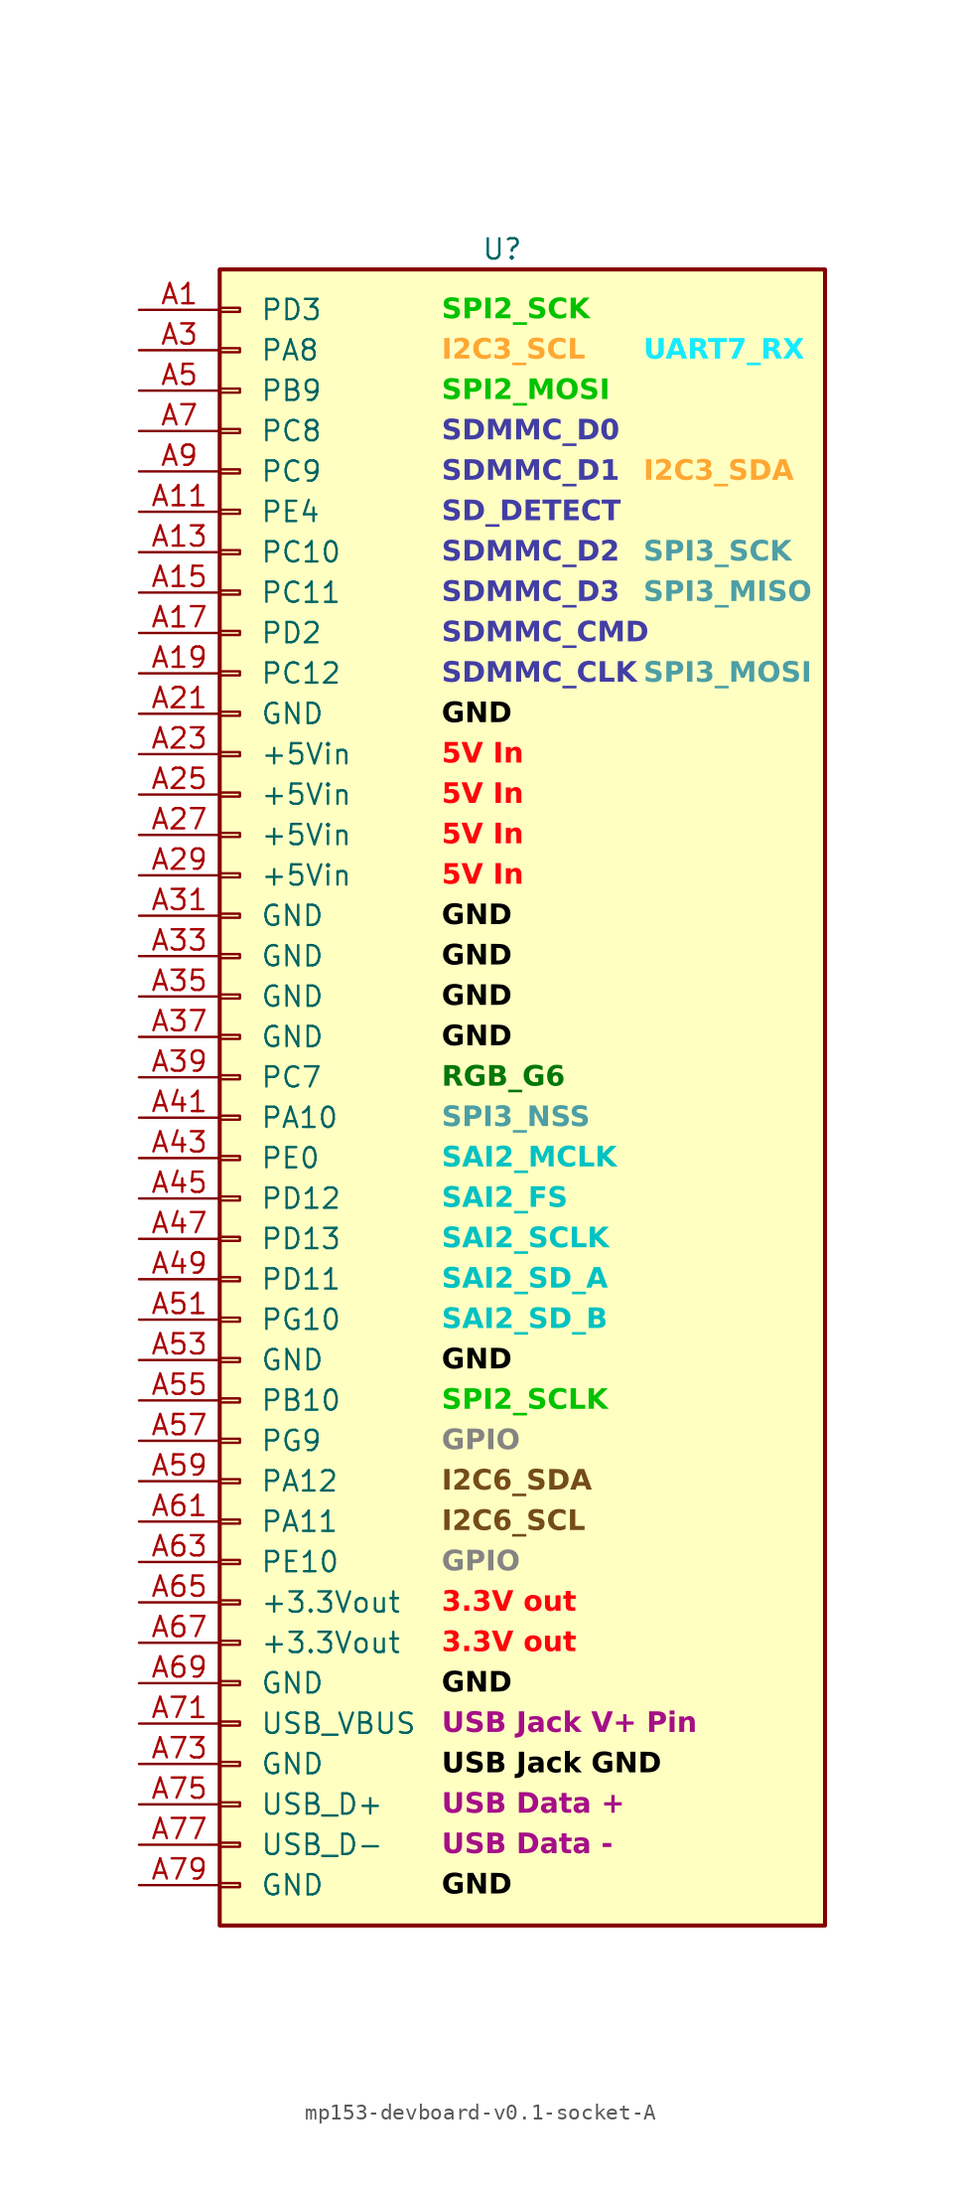
<source format=kicad_sym>
(kicad_symbol_lib
  (version 20241209)
  (generator "kicad_symbol_editor")
  (generator_version "9.0")
  (symbol "mp153-devboard-v0.1-socket-A"
    (pin_names
      (offset 2.54))
    (property "Reference" "U"
      (at -1.27 53.34 0)
      (effects (font (size 1.27 1.27))))
    (property "Value" ""
      (at 0 0 0)
      (effects (font (size 1.27 1.27))))
    (symbol "mp153-devboard-v0.1-socket-A_1_1"
      (rectangle (start -19.05 52.07) (end 19.05 -52.07) (stroke (width 0.254) (type default)) (fill (type background)))
      (rectangle (start -19.05 49.657) (end -17.78 49.403) (stroke (width 0.152) (type default)) (fill (type none)))
      (rectangle (start -19.05 47.117) (end -17.78 46.863) (stroke (width 0.152) (type default)) (fill (type none)))
      (rectangle (start -19.05 44.577) (end -17.78 44.323) (stroke (width 0.152) (type default)) (fill (type none)))
      (rectangle (start -19.05 42.037) (end -17.78 41.783) (stroke (width 0.152) (type default)) (fill (type none)))
      (rectangle (start -19.05 39.497) (end -17.78 39.243) (stroke (width 0.152) (type default)) (fill (type none)))
      (rectangle (start -19.05 36.957) (end -17.78 36.703) (stroke (width 0.152) (type default)) (fill (type none)))
      (rectangle (start -19.05 34.417) (end -17.78 34.163) (stroke (width 0.152) (type default)) (fill (type none)))
      (rectangle (start -19.05 31.877) (end -17.78 31.623) (stroke (width 0.152) (type default)) (fill (type none)))
      (rectangle (start -19.05 29.337) (end -17.78 29.083) (stroke (width 0.152) (type default)) (fill (type none)))
      (rectangle (start -19.05 26.797) (end -17.78 26.543) (stroke (width 0.152) (type default)) (fill (type none)))
      (rectangle (start -19.05 24.257) (end -17.78 24.003) (stroke (width 0.152) (type default)) (fill (type none)))
      (rectangle (start -19.05 21.717) (end -17.78 21.463) (stroke (width 0.152) (type default)) (fill (type none)))
      (rectangle (start -19.05 19.177) (end -17.78 18.923) (stroke (width 0.152) (type default)) (fill (type none)))
      (rectangle (start -19.05 16.637) (end -17.78 16.383) (stroke (width 0.152) (type default)) (fill (type none)))
      (rectangle (start -19.05 14.097) (end -17.78 13.843) (stroke (width 0.152) (type default)) (fill (type none)))
      (rectangle (start -19.05 11.557) (end -17.78 11.303) (stroke (width 0.152) (type default)) (fill (type none)))
      (rectangle (start -19.05 9.017) (end -17.78 8.763) (stroke (width 0.152) (type default)) (fill (type none)))
      (rectangle (start -19.05 6.477) (end -17.78 6.223) (stroke (width 0.152) (type default)) (fill (type none)))
      (rectangle (start -19.05 3.937) (end -17.78 3.683) (stroke (width 0.152) (type default)) (fill (type none)))
      (rectangle (start -19.05 1.397) (end -17.78 1.143) (stroke (width 0.152) (type default)) (fill (type none)))
      (rectangle (start -19.05 -1.143) (end -17.78 -1.397) (stroke (width 0.152) (type default)) (fill (type none)))
      (rectangle (start -19.05 -3.683) (end -17.78 -3.937) (stroke (width 0.152) (type default)) (fill (type none)))
      (rectangle (start -19.05 -6.223) (end -17.78 -6.477) (stroke (width 0.152) (type default)) (fill (type none)))
      (rectangle (start -19.05 -8.763) (end -17.78 -9.017) (stroke (width 0.152) (type default)) (fill (type none)))
      (rectangle (start -19.05 -11.303) (end -17.78 -11.557) (stroke (width 0.152) (type default)) (fill (type none)))
      (rectangle (start -19.05 -13.843) (end -17.78 -14.097) (stroke (width 0.152) (type default)) (fill (type none)))
      (rectangle (start -19.05 -16.383) (end -17.78 -16.637) (stroke (width 0.152) (type default)) (fill (type none)))
      (rectangle (start -19.05 -18.923) (end -17.78 -19.177) (stroke (width 0.152) (type default)) (fill (type none)))
      (rectangle (start -19.05 -21.463) (end -17.78 -21.717) (stroke (width 0.152) (type default)) (fill (type none)))
      (rectangle (start -19.05 -24.003) (end -17.78 -24.257) (stroke (width 0.152) (type default)) (fill (type none)))
      (rectangle (start -19.05 -26.543) (end -17.78 -26.797) (stroke (width 0.152) (type default)) (fill (type none)))
      (rectangle (start -19.05 -29.083) (end -17.78 -29.337) (stroke (width 0.152) (type default)) (fill (type none)))
      (rectangle (start -19.05 -31.623) (end -17.78 -31.877) (stroke (width 0.152) (type default)) (fill (type none)))
      (rectangle (start -19.05 -34.163) (end -17.78 -34.417) (stroke (width 0.152) (type default)) (fill (type none)))
      (rectangle (start -19.05 -36.703) (end -17.78 -36.957) (stroke (width 0.152) (type default)) (fill (type none)))
      (rectangle (start -19.05 -39.243) (end -17.78 -39.497) (stroke (width 0.152) (type default)) (fill (type none)))
      (rectangle (start -19.05 -41.783) (end -17.78 -42.037) (stroke (width 0.152) (type default)) (fill (type none)))
      (rectangle (start -19.05 -44.323) (end -17.78 -44.577) (stroke (width 0.152) (type default)) (fill (type none)))
      (rectangle (start -19.05 -46.863) (end -17.78 -47.117) (stroke (width 0.152) (type default)) (fill (type none)))
      (rectangle (start -19.05 -49.403) (end -17.78 -49.657) (stroke (width 0.152) (type default)) (fill (type none)))
      (text "SPI2_SCK" (at -5.08 49.53 0) (effects (font (face "Arial") (size 1.27 1.27) (bold yes) (color 0 194 0 1)) (justify left)))
      (text "I2C3_SCL" (at -5.08 46.99 0) (effects (font (face "Arial") (size 1.27 1.27) (bold yes) (color 255 167 50 1)) (justify left)))
      (text "SPI2_MOSI" (at -5.08 44.45 0) (effects (font (face "Arial") (size 1.27 1.27) (bold yes) (color 0 194 0 1)) (justify left)))
      (text "SDMMC_D0" (at -5.08 41.91 0) (effects (font (face "Arial") (size 1.27 1.27) (bold yes) (color 66 62 165 1)) (justify left)))
      (text "SDMMC_D1" (at -5.08 39.37 0) (effects (font (face "Arial") (size 1.27 1.27) (bold yes) (color 66 62 165 1)) (justify left)))
      (text "SD_DETECT" (at -5.08 36.83 0) (effects (font (face "Arial") (size 1.27 1.27) (bold yes) (color 66 62 165 1)) (justify left)))
      (text "SDMMC_D2" (at -5.08 34.29 0) (effects (font (face "Arial") (size 1.27 1.27) (bold yes) (color 66 62 165 1)) (justify left)))
      (text "SDMMC_D3" (at -5.08 31.75 0) (effects (font (face "Arial") (size 1.27 1.27) (bold yes) (color 66 62 165 1)) (justify left)))
      (text "SDMMC_CMD" (at -5.08 29.21 0) (effects (font (face "Arial") (size 1.27 1.27) (bold yes) (color 66 62 165 1)) (justify left)))
      (text "SDMMC_CLK" (at -5.08 26.67 0) (effects (font (face "Arial") (size 1.27 1.27) (bold yes) (color 66 62 165 1)) (justify left)))
      (text "GND" (at -5.08 24.13 0) (effects (font (face "Arial") (size 1.27 1.27) (bold yes) (color 0 0 0 1)) (justify left)))
      (text "5V In" (at -5.08 21.59 0) (effects (font (face "Arial") (size 1.27 1.27) (bold yes) (color 255 4 11 1)) (justify left)))
      (text "5V In" (at -5.08 19.05 0) (effects (font (face "Arial") (size 1.27 1.27) (bold yes) (color 255 4 11 1)) (justify left)))
      (text "5V In" (at -5.08 16.51 0) (effects (font (face "Arial") (size 1.27 1.27) (bold yes) (color 255 4 11 1)) (justify left)))
      (text "5V In" (at -5.08 13.97 0) (effects (font (face "Arial") (size 1.27 1.27) (bold yes) (color 255 4 11 1)) (justify left)))
      (text "GND" (at -5.08 11.43 0) (effects (font (face "Arial") (size 1.27 1.27) (bold yes) (color 0 0 0 1)) (justify left)))
      (text "GND" (at -5.08 8.89 0) (effects (font (face "Arial") (size 1.27 1.27) (bold yes) (color 0 0 0 1)) (justify left)))
      (text "GND" (at -5.08 6.35 0) (effects (font (face "Arial") (size 1.27 1.27) (bold yes) (color 0 0 0 1)) (justify left)))
      (text "GND" (at -5.08 3.81 0) (effects (font (face "Arial") (size 1.27 1.27) (bold yes) (color 0 0 0 1)) (justify left)))
      (text "RGB_G6" (at -5.08 1.27 0) (effects (font (face "Arial") (size 1.27 1.27) (bold yes) (color 4 119 9 1)) (justify left)))
      (text "SPI3_NSS" (at -5.08 -1.27 0) (effects (font (face "Arial") (size 1.27 1.27) (bold yes) (color 77 158 165 1)) (justify left)))
      (text "SAI2_MCLK" (at -5.08 -3.81 0) (effects (font (face "Arial") (size 1.27 1.27) (bold yes) (color 0 194 194 1)) (justify left)))
      (text "SAI2_FS" (at -5.08 -6.35 0) (effects (font (face "Arial") (size 1.27 1.27) (bold yes) (color 0 194 194 1)) (justify left)))
      (text "SAI2_SCLK" (at -5.08 -8.89 0) (effects (font (face "Arial") (size 1.27 1.27) (bold yes) (color 0 194 194 1)) (justify left)))
      (text "SAI2_SD_A" (at -5.08 -11.43 0) (effects (font (face "Arial") (size 1.27 1.27) (bold yes) (color 0 194 194 1)) (justify left)))
      (text "SAI2_SD_B" (at -5.08 -13.97 0) (effects (font (face "Arial") (size 1.27 1.27) (bold yes) (color 0 194 194 1)) (justify left)))
      (text "GND" (at -5.08 -16.51 0) (effects (font (face "Arial") (size 1.27 1.27) (bold yes) (color 0 0 0 1)) (justify left)))
      (text "SPI2_SCLK" (at -5.08 -19.05 0) (effects (font (face "Arial") (size 1.27 1.27) (bold yes) (color 0 194 0 1)) (justify left)))
      (text "GPIO" (at -5.08 -21.59 0) (effects (font (face "Arial") (size 1.27 1.27) (bold yes) (color 132 132 132 1)) (justify left)))
      (text "I2C6_SDA" (at -5.08 -24.13 0) (effects (font (face "Arial") (size 1.27 1.27) (bold yes) (color 116 76 23 1)) (justify left)))
      (text "I2C6_SCL" (at -5.08 -26.67 0) (effects (font (face "Arial") (size 1.27 1.27) (bold yes) (color 116 76 23 1)) (justify left)))
      (text "GPIO" (at -5.08 -29.21 0) (effects (font (face "Arial") (size 1.27 1.27) (bold yes) (color 132 132 132 1)) (justify left)))
      (text "3.3V out" (at -5.08 -31.75 0) (effects (font (face "Arial") (size 1.27 1.27) (bold yes) (color 255 4 11 1)) (justify left)))
      (text "3.3V out" (at -5.08 -34.29 0) (effects (font (face "Arial") (size 1.27 1.27) (bold yes) (color 255 4 11 1)) (justify left)))
      (text "GND" (at -5.08 -36.83 0) (effects (font (face "Arial") (size 1.27 1.27) (bold yes) (color 0 0 0 1)) (justify left)))
      (text "USB Jack V+ Pin" (at -5.08 -39.37 0) (effects (font (face "Arial") (size 1.27 1.27) (bold yes) (color 165 15 135 1)) (justify left)))
      (text "USB Jack GND" (at -5.08 -41.91 0) (effects (font (face "Arial") (size 1.27 1.27) (bold yes) (color 0 0 0 1)) (justify left)))
      (text "USB Data +" (at -5.08 -44.45 0) (effects (font (face "Arial") (size 1.27 1.27) (bold yes) (color 165 15 135 1)) (justify left)))
      (text "USB Data -" (at -5.08 -46.99 0) (effects (font (face "Arial") (size 1.27 1.27) (bold yes) (color 165 15 135 1)) (justify left)))
      (text "GND" (at -5.08 -49.53 0) (effects (font (face "Arial") (size 1.27 1.27) (bold yes) (color 0 0 0 1)) (justify left)))
      (text "UART7_RX" (at 7.62 46.99 0) (effects (font (face "Arial") (size 1.27 1.27) (bold yes) (color 23 234 255 1)) (justify left)))
      (text "I2C3_SDA" (at 7.62 39.37 0) (effects (font (face "Arial") (size 1.27 1.27) (bold yes) (color 255 167 50 1)) (justify left)))
      (text "SPI3_SCK" (at 7.62 34.29 0) (effects (font (face "Arial") (size 1.27 1.27) (bold yes) (color 77 158 165 1)) (justify left)))
      (text "SPI3_MISO" (at 7.62 31.75 0) (effects (font (face "Arial") (size 1.27 1.27) (bold yes) (color 77 158 165 1)) (justify left)))
      (text "SPI3_MOSI" (at 7.62 26.67 0) (effects (font (face "Arial") (size 1.27 1.27) (bold yes) (color 77 158 165 1)) (justify left)))
      (pin passive line (at -24.13 49.53 0) (length 5.08) (name "PD3" (effects (font (size 1.27 1.27)))) (number "A1" (effects (font (size 1.27 1.27)))))
      (pin passive line (at -24.13 46.99 0) (length 5.08) (name "PA8" (effects (font (size 1.27 1.27)))) (number "A3" (effects (font (size 1.27 1.27)))))
      (pin passive line (at -24.13 44.45 0) (length 5.08) (name "PB9" (effects (font (size 1.27 1.27)))) (number "A5" (effects (font (size 1.27 1.27)))))
      (pin passive line (at -24.13 41.91 0) (length 5.08) (name "PC8" (effects (font (size 1.27 1.27)))) (number "A7" (effects (font (size 1.27 1.27)))))
      (pin passive line (at -24.13 39.37 0) (length 5.08) (name "PC9" (effects (font (size 1.27 1.27)))) (number "A9" (effects (font (size 1.27 1.27)))))
      (pin passive line (at -24.13 36.83 0) (length 5.08) (name "PE4" (effects (font (size 1.27 1.27)))) (number "A11" (effects (font (size 1.27 1.27)))))
      (pin passive line (at -24.13 34.29 0) (length 5.08) (name "PC10" (effects (font (size 1.27 1.27)))) (number "A13" (effects (font (size 1.27 1.27)))))
      (pin passive line (at -24.13 31.75 0) (length 5.08) (name "PC11" (effects (font (size 1.27 1.27)))) (number "A15" (effects (font (size 1.27 1.27)))))
      (pin passive line (at -24.13 29.21 0) (length 5.08) (name "PD2" (effects (font (size 1.27 1.27)))) (number "A17" (effects (font (size 1.27 1.27)))))
      (pin passive line (at -24.13 26.67 0) (length 5.08) (name "PC12" (effects (font (size 1.27 1.27)))) (number "A19" (effects (font (size 1.27 1.27)))))
      (pin passive line (at -24.13 24.13 0) (length 5.08) (name "GND" (effects (font (size 1.27 1.27)))) (number "A21" (effects (font (size 1.27 1.27)))))
      (pin passive line (at -24.13 21.59 0) (length 5.08) (name "+5Vin" (effects (font (size 1.27 1.27)))) (number "A23" (effects (font (size 1.27 1.27)))))
      (pin passive line (at -24.13 19.05 0) (length 5.08) (name "+5Vin" (effects (font (size 1.27 1.27)))) (number "A25" (effects (font (size 1.27 1.27)))))
      (pin passive line (at -24.13 16.51 0) (length 5.08) (name "+5Vin" (effects (font (size 1.27 1.27)))) (number "A27" (effects (font (size 1.27 1.27)))))
      (pin passive line (at -24.13 13.97 0) (length 5.08) (name "+5Vin" (effects (font (size 1.27 1.27)))) (number "A29" (effects (font (size 1.27 1.27)))))
      (pin passive line (at -24.13 11.43 0) (length 5.08) (name "GND" (effects (font (size 1.27 1.27)))) (number "A31" (effects (font (size 1.27 1.27)))))
      (pin passive line (at -24.13 8.89 0) (length 5.08) (name "GND" (effects (font (size 1.27 1.27)))) (number "A33" (effects (font (size 1.27 1.27)))))
      (pin passive line (at -24.13 6.35 0) (length 5.08) (name "GND" (effects (font (size 1.27 1.27)))) (number "A35" (effects (font (size 1.27 1.27)))))
      (pin passive line (at -24.13 3.81 0) (length 5.08) (name "GND" (effects (font (size 1.27 1.27)))) (number "A37" (effects (font (size 1.27 1.27)))))
      (pin passive line (at -24.13 1.27 0) (length 5.08) (name "PC7" (effects (font (size 1.27 1.27)))) (number "A39" (effects (font (size 1.27 1.27)))))
      (pin passive line (at -24.13 -1.27 0) (length 5.08) (name "PA10" (effects (font (size 1.27 1.27)))) (number "A41" (effects (font (size 1.27 1.27)))))
      (pin passive line (at -24.13 -3.81 0) (length 5.08) (name "PE0" (effects (font (size 1.27 1.27)))) (number "A43" (effects (font (size 1.27 1.27)))))
      (pin passive line (at -24.13 -6.35 0) (length 5.08) (name "PD12" (effects (font (size 1.27 1.27)))) (number "A45" (effects (font (size 1.27 1.27)))))
      (pin passive line (at -24.13 -8.89 0) (length 5.08) (name "PD13" (effects (font (size 1.27 1.27)))) (number "A47" (effects (font (size 1.27 1.27)))))
      (pin passive line (at -24.13 -11.43 0) (length 5.08) (name "PD11" (effects (font (size 1.27 1.27)))) (number "A49" (effects (font (size 1.27 1.27)))))
      (pin passive line (at -24.13 -13.97 0) (length 5.08) (name "PG10" (effects (font (size 1.27 1.27)))) (number "A51" (effects (font (size 1.27 1.27)))))
      (pin passive line (at -24.13 -16.51 0) (length 5.08) (name "GND" (effects (font (size 1.27 1.27)))) (number "A53" (effects (font (size 1.27 1.27)))))
      (pin passive line (at -24.13 -19.05 0) (length 5.08) (name "PB10" (effects (font (size 1.27 1.27)))) (number "A55" (effects (font (size 1.27 1.27)))))
      (pin passive line (at -24.13 -21.59 0) (length 5.08) (name "PG9" (effects (font (size 1.27 1.27)))) (number "A57" (effects (font (size 1.27 1.27)))))
      (pin passive line (at -24.13 -24.13 0) (length 5.08) (name "PA12" (effects (font (size 1.27 1.27)))) (number "A59" (effects (font (size 1.27 1.27)))))
      (pin passive line (at -24.13 -26.67 0) (length 5.08) (name "PA11" (effects (font (size 1.27 1.27)))) (number "A61" (effects (font (size 1.27 1.27)))))
      (pin passive line (at -24.13 -29.21 0) (length 5.08) (name "PE10" (effects (font (size 1.27 1.27)))) (number "A63" (effects (font (size 1.27 1.27)))))
      (pin passive line (at -24.13 -31.75 0) (length 5.08) (name "+3.3Vout" (effects (font (size 1.27 1.27)))) (number "A65" (effects (font (size 1.27 1.27)))))
      (pin passive line (at -24.13 -34.29 0) (length 5.08) (name "+3.3Vout" (effects (font (size 1.27 1.27)))) (number "A67" (effects (font (size 1.27 1.27)))))
      (pin passive line (at -24.13 -36.83 0) (length 5.08) (name "GND" (effects (font (size 1.27 1.27)))) (number "A69" (effects (font (size 1.27 1.27)))))
      (pin passive line (at -24.13 -39.37 0) (length 5.08) (name "USB_VBUS" (effects (font (size 1.27 1.27)))) (number "A71" (effects (font (size 1.27 1.27)))))
      (pin passive line (at -24.13 -41.91 0) (length 5.08) (name "GND" (effects (font (size 1.27 1.27)))) (number "A73" (effects (font (size 1.27 1.27)))))
      (pin passive line (at -24.13 -44.45 0) (length 5.08) (name "USB_D+" (effects (font (size 1.27 1.27)))) (number "A75" (effects (font (size 1.27 1.27)))))
      (pin passive line (at -24.13 -46.99 0) (length 5.08) (name "USB_D-" (effects (font (size 1.27 1.27)))) (number "A77" (effects (font (size 1.27 1.27)))))
      (pin passive line (at -24.13 -49.53 0) (length 5.08) (name "GND" (effects (font (size 1.27 1.27)))) (number "A79" (effects (font (size 1.27 1.27))))))))
</source>
